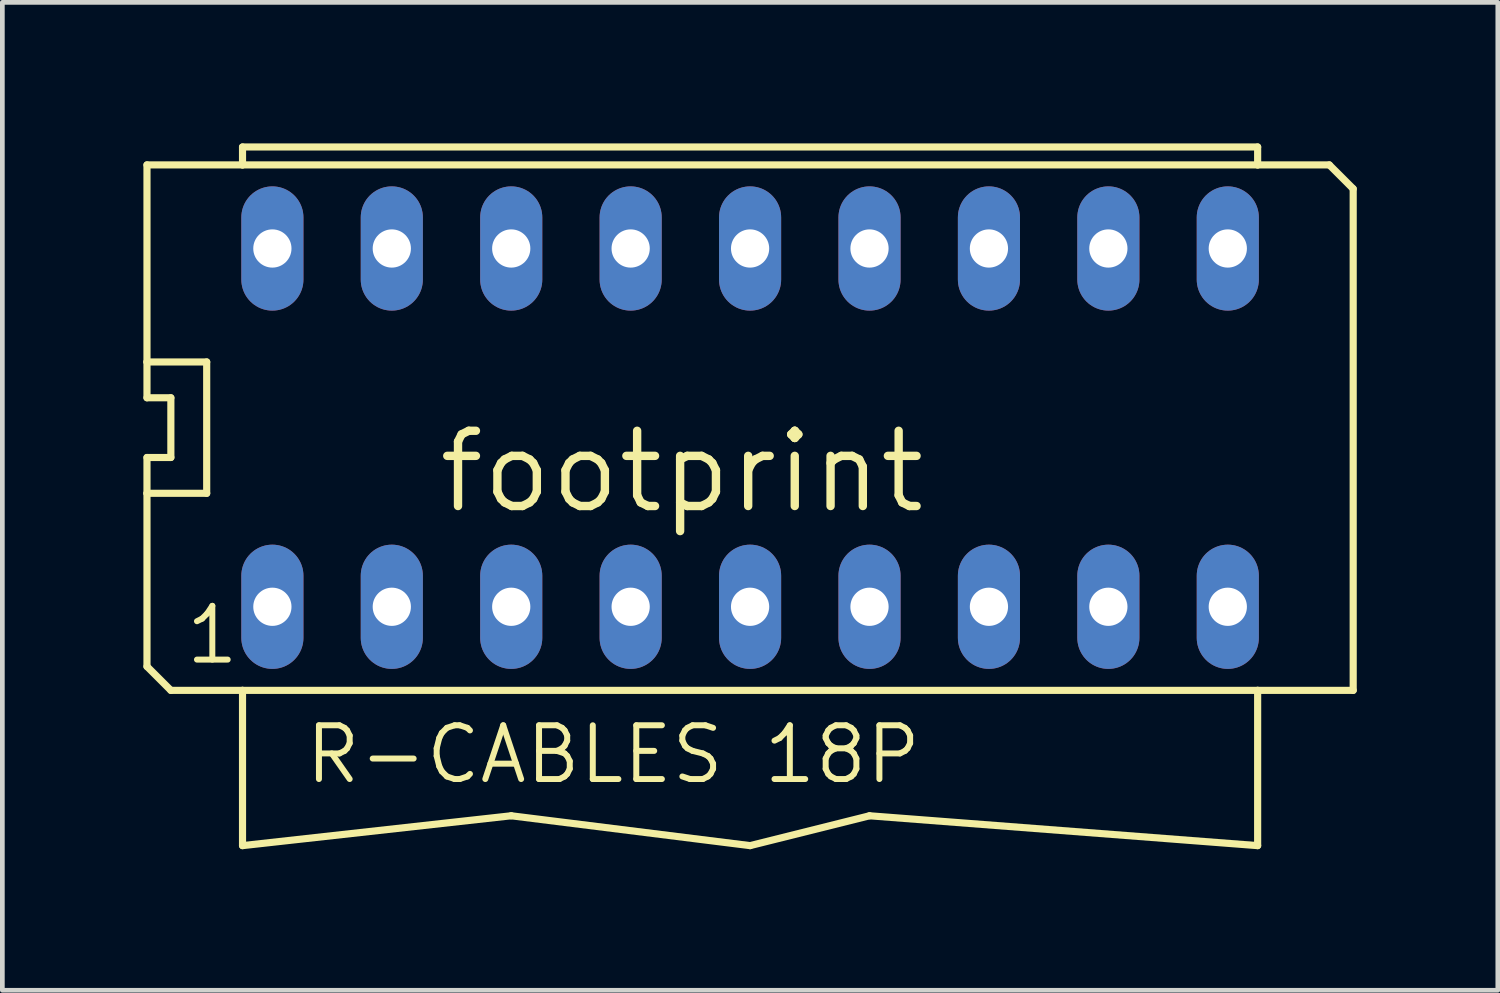
<source format=kicad_pcb>
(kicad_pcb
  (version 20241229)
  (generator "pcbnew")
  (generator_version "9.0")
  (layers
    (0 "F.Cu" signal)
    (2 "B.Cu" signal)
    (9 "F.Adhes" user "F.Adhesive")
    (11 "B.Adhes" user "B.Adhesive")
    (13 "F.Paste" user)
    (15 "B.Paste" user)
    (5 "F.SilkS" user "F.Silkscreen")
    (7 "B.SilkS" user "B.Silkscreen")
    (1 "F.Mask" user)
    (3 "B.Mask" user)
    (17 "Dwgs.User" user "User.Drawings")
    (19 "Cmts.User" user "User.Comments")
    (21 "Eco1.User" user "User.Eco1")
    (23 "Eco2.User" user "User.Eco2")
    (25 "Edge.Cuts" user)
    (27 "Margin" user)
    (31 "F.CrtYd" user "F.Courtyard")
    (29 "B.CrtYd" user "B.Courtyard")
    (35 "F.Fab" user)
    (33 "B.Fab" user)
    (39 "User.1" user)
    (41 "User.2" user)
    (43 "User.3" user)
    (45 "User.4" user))
  (footprint "footprint"
    (layer "F.Cu")
    (at 12.903 6.045)
    (property "Reference" "footprint" (at 3.81 0 0) (layer "F.SilkS") (effects (font (size 1.6 1.6) (thickness 0.178)) (justify right top)))
    (fp_line (start -12.827 -1.397) (end -12.827 -5.588) (stroke (width 0.152) (type solid)) (layer "F.SilkS"))
    (fp_line (start -12.827 -0.635) (end -12.827 -1.397) (stroke (width 0.152) (type solid)) (layer "F.SilkS"))
    (fp_line (start -12.827 0.635) (end -12.319 0.635) (stroke (width 0.152) (type solid)) (layer "F.SilkS"))
    (fp_line (start -12.827 1.397) (end -12.827 0.635) (stroke (width 0.152) (type solid)) (layer "F.SilkS"))
    (fp_line (start -12.827 1.397) (end -11.557 1.397) (stroke (width 0.152) (type solid)) (layer "F.SilkS"))
    (fp_line (start -12.827 5.08) (end -12.827 1.397) (stroke (width 0.152) (type solid)) (layer "F.SilkS"))
    (fp_line (start -12.319 -0.635) (end -12.827 -0.635) (stroke (width 0.152) (type solid)) (layer "F.SilkS"))
    (fp_line (start -12.319 -0.635) (end -12.319 0.635) (stroke (width 0.152) (type solid)) (layer "F.SilkS"))
    (fp_line (start -12.319 5.588) (end -12.827 5.08) (stroke (width 0.152) (type solid)) (layer "F.SilkS"))
    (fp_line (start -12.319 5.588) (end -10.795 5.588) (stroke (width 0.152) (type solid)) (layer "F.SilkS"))
    (fp_line (start -11.557 -1.397) (end -12.827 -1.397) (stroke (width 0.152) (type solid)) (layer "F.SilkS"))
    (fp_line (start -11.557 -1.397) (end -11.557 1.397) (stroke (width 0.152) (type solid)) (layer "F.SilkS"))
    (fp_line (start -10.795 -5.969) (end 10.795 -5.969) (stroke (width 0.152) (type solid)) (layer "F.SilkS"))
    (fp_line (start -10.795 -5.588) (end -12.827 -5.588) (stroke (width 0.152) (type solid)) (layer "F.SilkS"))
    (fp_line (start -10.795 -5.588) (end -10.795 -5.969) (stroke (width 0.152) (type solid)) (layer "F.SilkS"))
    (fp_line (start -10.795 5.588) (end -10.795 8.89) (stroke (width 0.152) (type solid)) (layer "F.SilkS"))
    (fp_line (start -10.795 5.588) (end 10.795 5.588) (stroke (width 0.152) (type solid)) (layer "F.SilkS"))
    (fp_line (start -10.795 8.89) (end -5.08 8.255) (stroke (width 0.152) (type solid)) (layer "F.SilkS"))
    (fp_line (start -5.08 8.255) (end 0 8.89) (stroke (width 0.152) (type solid)) (layer "F.SilkS"))
    (fp_line (start 0 8.89) (end 2.54 8.255) (stroke (width 0.152) (type solid)) (layer "F.SilkS"))
    (fp_line (start 2.54 8.255) (end 10.795 8.89) (stroke (width 0.152) (type solid)) (layer "F.SilkS"))
    (fp_line (start 10.795 -5.969) (end 10.795 -5.588) (stroke (width 0.152) (type solid)) (layer "F.SilkS"))
    (fp_line (start 10.795 -5.588) (end -10.795 -5.588) (stroke (width 0.152) (type solid)) (layer "F.SilkS"))
    (fp_line (start 10.795 5.588) (end 12.827 5.588) (stroke (width 0.152) (type solid)) (layer "F.SilkS"))
    (fp_line (start 10.795 8.89) (end 10.795 5.588) (stroke (width 0.152) (type solid)) (layer "F.SilkS"))
    (fp_line (start 12.319 -5.588) (end 10.795 -5.588) (stroke (width 0.152) (type solid)) (layer "F.SilkS"))
    (fp_line (start 12.827 -5.08) (end 12.319 -5.588) (stroke (width 0.152) (type solid)) (layer "F.SilkS"))
    (fp_line (start 12.827 5.588) (end 12.827 -5.08) (stroke (width 0.152) (type solid)) (layer "F.SilkS"))
    (fp_text user "1" (at -12.065 5.08 0) (layer "F.SilkS") (effects (font (size 1.143 1.143) (thickness 0.127)) (justify left bottom)))
    (fp_text user "R-CABLES 18P" (at -9.525 7.62 0) (layer "F.SilkS") (effects (font (size 1.143 1.143) (thickness 0.127)) (justify left bottom)))
    (pad "1" thru_hole oval (at -10.16 3.81 90) (size 2.642 1.321) (drill 0.813) (layers "*.Cu" "*.Mask"))
    (pad "2" thru_hole oval (at -7.62 3.81 90) (size 2.642 1.321) (drill 0.813) (layers "*.Cu" "*.Mask"))
    (pad "3" thru_hole oval (at -5.08 3.81 90) (size 2.642 1.321) (drill 0.813) (layers "*.Cu" "*.Mask"))
    (pad "4" thru_hole oval (at -2.54 3.81 90) (size 2.642 1.321) (drill 0.813) (layers "*.Cu" "*.Mask"))
    (pad "5" thru_hole oval (at 0 3.81 90) (size 2.642 1.321) (drill 0.813) (layers "*.Cu" "*.Mask"))
    (pad "6" thru_hole oval (at 2.54 3.81 90) (size 2.642 1.321) (drill 0.813) (layers "*.Cu" "*.Mask"))
    (pad "7" thru_hole oval (at 5.08 3.81 90) (size 2.642 1.321) (drill 0.813) (layers "*.Cu" "*.Mask"))
    (pad "8" thru_hole oval (at 7.62 3.81 90) (size 2.642 1.321) (drill 0.813) (layers "*.Cu" "*.Mask"))
    (pad "9" thru_hole oval (at 10.16 -3.81 90) (size 2.642 1.321) (drill 0.813) (layers "*.Cu" "*.Mask"))
    (pad "10" thru_hole oval (at 7.62 -3.81 90) (size 2.642 1.321) (drill 0.813) (layers "*.Cu" "*.Mask"))
    (pad "11" thru_hole oval (at 5.08 -3.81 90) (size 2.642 1.321) (drill 0.813) (layers "*.Cu" "*.Mask"))
    (pad "12" thru_hole oval (at 2.54 -3.81 90) (size 2.642 1.321) (drill 0.813) (layers "*.Cu" "*.Mask"))
    (pad "13" thru_hole oval (at 0 -3.81 90) (size 2.642 1.321) (drill 0.813) (layers "*.Cu" "*.Mask"))
    (pad "14" thru_hole oval (at -2.54 -3.81 90) (size 2.642 1.321) (drill 0.813) (layers "*.Cu" "*.Mask"))
    (pad "15" thru_hole oval (at -5.08 -3.81 90) (size 2.642 1.321) (drill 0.813) (layers "*.Cu" "*.Mask"))
    (pad "16" thru_hole oval (at 10.16 3.81 90) (size 2.642 1.321) (drill 0.813) (layers "*.Cu" "*.Mask"))
    (pad "17" thru_hole oval (at -7.62 -3.81 90) (size 2.642 1.321) (drill 0.813) (layers "*.Cu" "*.Mask"))
    (pad "18" thru_hole oval (at -10.16 -3.81 90) (size 2.642 1.321) (drill 0.813) (layers "*.Cu" "*.Mask")))
  (gr_rect
    (start -3 -3)
    (end 28.806 18.011)
    (stroke (width 0.1) (type default))
    (fill no)
    (layer "Edge.Cuts")))
</source>
